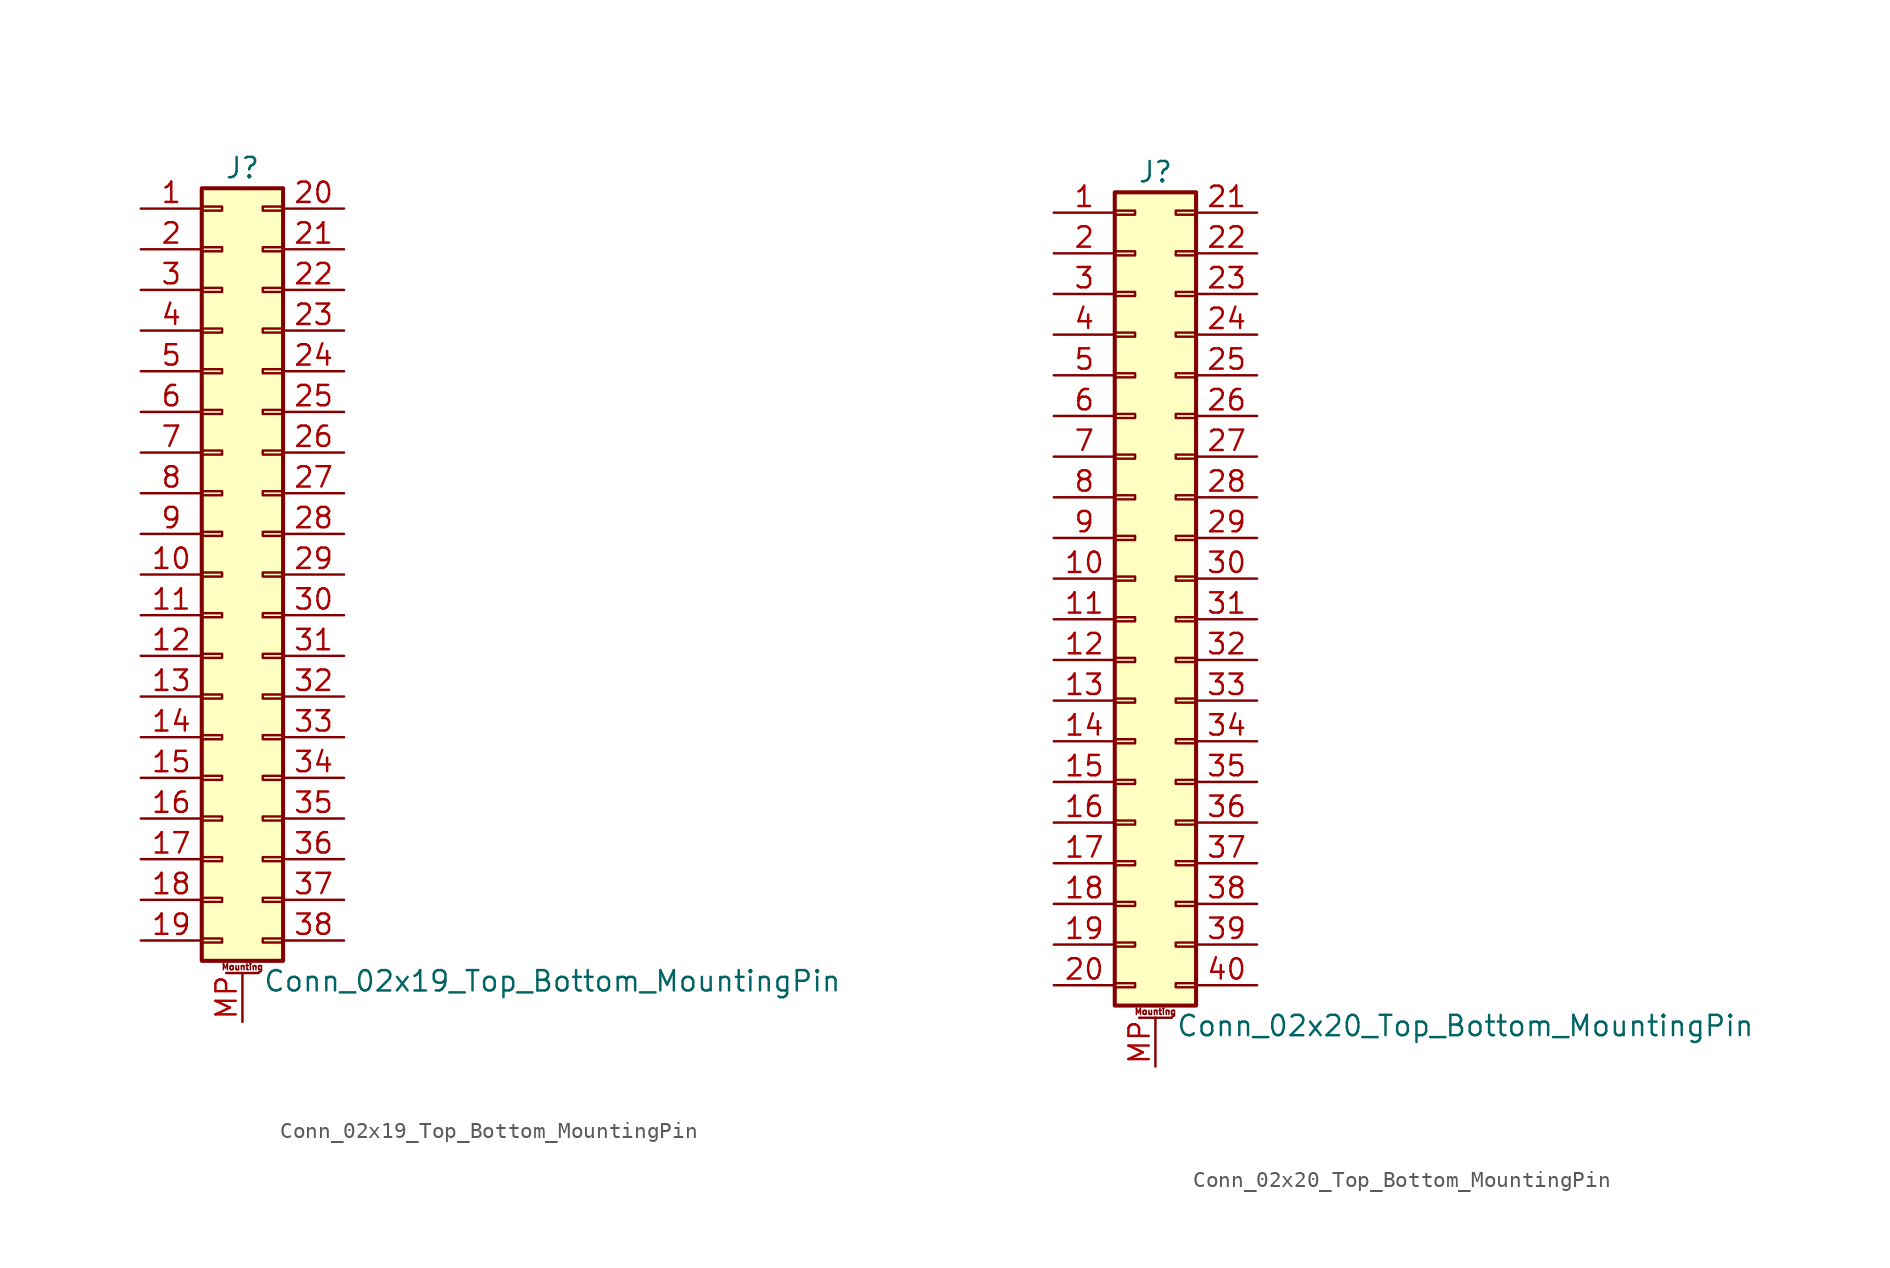
<source format=kicad_sym>
(kicad_symbol_lib
  (version 20220914)
  (generator kicad_symbol_editor)
  (symbol "Conn_02x19_Top_Bottom_MountingPin"
    (pin_names
      (offset 1.016) hide)
    (property "Reference" "J"
      (at 1.27 25.4 0)
      (effects (font (size 1.27 1.27))))
    (property "Value" "Conn_02x19_Top_Bottom_MountingPin"
      (at 2.54 -25.4 0)
      (effects (font (size 1.27 1.27)) (justify left)))
    (symbol "Conn_02x19_Top_Bottom_MountingPin_1_1"
      (rectangle (start -1.27 -22.733) (end 0 -22.987) (stroke (width 0.152) (type default)) (fill (type none)))
      (rectangle (start -1.27 -20.193) (end 0 -20.447) (stroke (width 0.152) (type default)) (fill (type none)))
      (rectangle (start -1.27 -17.653) (end 0 -17.907) (stroke (width 0.152) (type default)) (fill (type none)))
      (rectangle (start -1.27 -15.113) (end 0 -15.367) (stroke (width 0.152) (type default)) (fill (type none)))
      (rectangle (start -1.27 -12.573) (end 0 -12.827) (stroke (width 0.152) (type default)) (fill (type none)))
      (rectangle (start -1.27 -10.033) (end 0 -10.287) (stroke (width 0.152) (type default)) (fill (type none)))
      (rectangle (start -1.27 -7.493) (end 0 -7.747) (stroke (width 0.152) (type default)) (fill (type none)))
      (rectangle (start -1.27 -4.953) (end 0 -5.207) (stroke (width 0.152) (type default)) (fill (type none)))
      (rectangle (start -1.27 -2.413) (end 0 -2.667) (stroke (width 0.152) (type default)) (fill (type none)))
      (rectangle (start -1.27 0.127) (end 0 -0.127) (stroke (width 0.152) (type default)) (fill (type none)))
      (rectangle (start -1.27 2.667) (end 0 2.413) (stroke (width 0.152) (type default)) (fill (type none)))
      (rectangle (start -1.27 5.207) (end 0 4.953) (stroke (width 0.152) (type default)) (fill (type none)))
      (rectangle (start -1.27 7.747) (end 0 7.493) (stroke (width 0.152) (type default)) (fill (type none)))
      (rectangle (start -1.27 10.287) (end 0 10.033) (stroke (width 0.152) (type default)) (fill (type none)))
      (rectangle (start -1.27 12.827) (end 0 12.573) (stroke (width 0.152) (type default)) (fill (type none)))
      (rectangle (start -1.27 15.367) (end 0 15.113) (stroke (width 0.152) (type default)) (fill (type none)))
      (rectangle (start -1.27 17.907) (end 0 17.653) (stroke (width 0.152) (type default)) (fill (type none)))
      (rectangle (start -1.27 20.447) (end 0 20.193) (stroke (width 0.152) (type default)) (fill (type none)))
      (rectangle (start -1.27 22.987) (end 0 22.733) (stroke (width 0.152) (type default)) (fill (type none)))
      (rectangle (start -1.27 24.13) (end 3.81 -24.13) (stroke (width 0.254) (type default)) (fill (type background)))
      (polyline (pts (xy 0.254 -24.892) (xy 2.286 -24.892)) (stroke (width 0.152) (type default)) (fill (type none)))
      (rectangle (start 3.81 -22.733) (end 2.54 -22.987) (stroke (width 0.152) (type default)) (fill (type none)))
      (rectangle (start 3.81 -20.193) (end 2.54 -20.447) (stroke (width 0.152) (type default)) (fill (type none)))
      (rectangle (start 3.81 -17.653) (end 2.54 -17.907) (stroke (width 0.152) (type default)) (fill (type none)))
      (rectangle (start 3.81 -15.113) (end 2.54 -15.367) (stroke (width 0.152) (type default)) (fill (type none)))
      (rectangle (start 3.81 -12.573) (end 2.54 -12.827) (stroke (width 0.152) (type default)) (fill (type none)))
      (rectangle (start 3.81 -10.033) (end 2.54 -10.287) (stroke (width 0.152) (type default)) (fill (type none)))
      (rectangle (start 3.81 -7.493) (end 2.54 -7.747) (stroke (width 0.152) (type default)) (fill (type none)))
      (rectangle (start 3.81 -4.953) (end 2.54 -5.207) (stroke (width 0.152) (type default)) (fill (type none)))
      (rectangle (start 3.81 -2.413) (end 2.54 -2.667) (stroke (width 0.152) (type default)) (fill (type none)))
      (rectangle (start 3.81 0.127) (end 2.54 -0.127) (stroke (width 0.152) (type default)) (fill (type none)))
      (rectangle (start 3.81 2.667) (end 2.54 2.413) (stroke (width 0.152) (type default)) (fill (type none)))
      (rectangle (start 3.81 5.207) (end 2.54 4.953) (stroke (width 0.152) (type default)) (fill (type none)))
      (rectangle (start 3.81 7.747) (end 2.54 7.493) (stroke (width 0.152) (type default)) (fill (type none)))
      (rectangle (start 3.81 10.287) (end 2.54 10.033) (stroke (width 0.152) (type default)) (fill (type none)))
      (rectangle (start 3.81 12.827) (end 2.54 12.573) (stroke (width 0.152) (type default)) (fill (type none)))
      (rectangle (start 3.81 15.367) (end 2.54 15.113) (stroke (width 0.152) (type default)) (fill (type none)))
      (rectangle (start 3.81 17.907) (end 2.54 17.653) (stroke (width 0.152) (type default)) (fill (type none)))
      (rectangle (start 3.81 20.447) (end 2.54 20.193) (stroke (width 0.152) (type default)) (fill (type none)))
      (rectangle (start 3.81 22.987) (end 2.54 22.733) (stroke (width 0.152) (type default)) (fill (type none)))
      (text "Mounting" (at 1.27 -24.511 0) (effects (font (size 0.381 0.381))))
      (pin passive line (at -5.08 22.86 0) (length 3.81) (name "Pin_1" (effects (font (size 1.27 1.27)))) (number "1" (effects (font (size 1.27 1.27)))))
      (pin passive line (at -5.08 0 0) (length 3.81) (name "Pin_10" (effects (font (size 1.27 1.27)))) (number "10" (effects (font (size 1.27 1.27)))))
      (pin passive line (at -5.08 -2.54 0) (length 3.81) (name "Pin_11" (effects (font (size 1.27 1.27)))) (number "11" (effects (font (size 1.27 1.27)))))
      (pin passive line (at -5.08 -5.08 0) (length 3.81) (name "Pin_12" (effects (font (size 1.27 1.27)))) (number "12" (effects (font (size 1.27 1.27)))))
      (pin passive line (at -5.08 -7.62 0) (length 3.81) (name "Pin_13" (effects (font (size 1.27 1.27)))) (number "13" (effects (font (size 1.27 1.27)))))
      (pin passive line (at -5.08 -10.16 0) (length 3.81) (name "Pin_14" (effects (font (size 1.27 1.27)))) (number "14" (effects (font (size 1.27 1.27)))))
      (pin passive line (at -5.08 -12.7 0) (length 3.81) (name "Pin_15" (effects (font (size 1.27 1.27)))) (number "15" (effects (font (size 1.27 1.27)))))
      (pin passive line (at -5.08 -15.24 0) (length 3.81) (name "Pin_16" (effects (font (size 1.27 1.27)))) (number "16" (effects (font (size 1.27 1.27)))))
      (pin passive line (at -5.08 -17.78 0) (length 3.81) (name "Pin_17" (effects (font (size 1.27 1.27)))) (number "17" (effects (font (size 1.27 1.27)))))
      (pin passive line (at -5.08 -20.32 0) (length 3.81) (name "Pin_18" (effects (font (size 1.27 1.27)))) (number "18" (effects (font (size 1.27 1.27)))))
      (pin passive line (at -5.08 -22.86 0) (length 3.81) (name "Pin_19" (effects (font (size 1.27 1.27)))) (number "19" (effects (font (size 1.27 1.27)))))
      (pin passive line (at -5.08 20.32 0) (length 3.81) (name "Pin_2" (effects (font (size 1.27 1.27)))) (number "2" (effects (font (size 1.27 1.27)))))
      (pin passive line (at 7.62 22.86 180) (length 3.81) (name "Pin_20" (effects (font (size 1.27 1.27)))) (number "20" (effects (font (size 1.27 1.27)))))
      (pin passive line (at 7.62 20.32 180) (length 3.81) (name "Pin_21" (effects (font (size 1.27 1.27)))) (number "21" (effects (font (size 1.27 1.27)))))
      (pin passive line (at 7.62 17.78 180) (length 3.81) (name "Pin_22" (effects (font (size 1.27 1.27)))) (number "22" (effects (font (size 1.27 1.27)))))
      (pin passive line (at 7.62 15.24 180) (length 3.81) (name "Pin_23" (effects (font (size 1.27 1.27)))) (number "23" (effects (font (size 1.27 1.27)))))
      (pin passive line (at 7.62 12.7 180) (length 3.81) (name "Pin_24" (effects (font (size 1.27 1.27)))) (number "24" (effects (font (size 1.27 1.27)))))
      (pin passive line (at 7.62 10.16 180) (length 3.81) (name "Pin_25" (effects (font (size 1.27 1.27)))) (number "25" (effects (font (size 1.27 1.27)))))
      (pin passive line (at 7.62 7.62 180) (length 3.81) (name "Pin_26" (effects (font (size 1.27 1.27)))) (number "26" (effects (font (size 1.27 1.27)))))
      (pin passive line (at 7.62 5.08 180) (length 3.81) (name "Pin_27" (effects (font (size 1.27 1.27)))) (number "27" (effects (font (size 1.27 1.27)))))
      (pin passive line (at 7.62 2.54 180) (length 3.81) (name "Pin_28" (effects (font (size 1.27 1.27)))) (number "28" (effects (font (size 1.27 1.27)))))
      (pin passive line (at 7.62 0 180) (length 3.81) (name "Pin_29" (effects (font (size 1.27 1.27)))) (number "29" (effects (font (size 1.27 1.27)))))
      (pin passive line (at -5.08 17.78 0) (length 3.81) (name "Pin_3" (effects (font (size 1.27 1.27)))) (number "3" (effects (font (size 1.27 1.27)))))
      (pin passive line (at 7.62 -2.54 180) (length 3.81) (name "Pin_30" (effects (font (size 1.27 1.27)))) (number "30" (effects (font (size 1.27 1.27)))))
      (pin passive line (at 7.62 -5.08 180) (length 3.81) (name "Pin_31" (effects (font (size 1.27 1.27)))) (number "31" (effects (font (size 1.27 1.27)))))
      (pin passive line (at 7.62 -7.62 180) (length 3.81) (name "Pin_32" (effects (font (size 1.27 1.27)))) (number "32" (effects (font (size 1.27 1.27)))))
      (pin passive line (at 7.62 -10.16 180) (length 3.81) (name "Pin_33" (effects (font (size 1.27 1.27)))) (number "33" (effects (font (size 1.27 1.27)))))
      (pin passive line (at 7.62 -12.7 180) (length 3.81) (name "Pin_34" (effects (font (size 1.27 1.27)))) (number "34" (effects (font (size 1.27 1.27)))))
      (pin passive line (at 7.62 -15.24 180) (length 3.81) (name "Pin_35" (effects (font (size 1.27 1.27)))) (number "35" (effects (font (size 1.27 1.27)))))
      (pin passive line (at 7.62 -17.78 180) (length 3.81) (name "Pin_36" (effects (font (size 1.27 1.27)))) (number "36" (effects (font (size 1.27 1.27)))))
      (pin passive line (at 7.62 -20.32 180) (length 3.81) (name "Pin_37" (effects (font (size 1.27 1.27)))) (number "37" (effects (font (size 1.27 1.27)))))
      (pin passive line (at 7.62 -22.86 180) (length 3.81) (name "Pin_38" (effects (font (size 1.27 1.27)))) (number "38" (effects (font (size 1.27 1.27)))))
      (pin passive line (at -5.08 15.24 0) (length 3.81) (name "Pin_4" (effects (font (size 1.27 1.27)))) (number "4" (effects (font (size 1.27 1.27)))))
      (pin passive line (at -5.08 12.7 0) (length 3.81) (name "Pin_5" (effects (font (size 1.27 1.27)))) (number "5" (effects (font (size 1.27 1.27)))))
      (pin passive line (at -5.08 10.16 0) (length 3.81) (name "Pin_6" (effects (font (size 1.27 1.27)))) (number "6" (effects (font (size 1.27 1.27)))))
      (pin passive line (at -5.08 7.62 0) (length 3.81) (name "Pin_7" (effects (font (size 1.27 1.27)))) (number "7" (effects (font (size 1.27 1.27)))))
      (pin passive line (at -5.08 5.08 0) (length 3.81) (name "Pin_8" (effects (font (size 1.27 1.27)))) (number "8" (effects (font (size 1.27 1.27)))))
      (pin passive line (at -5.08 2.54 0) (length 3.81) (name "Pin_9" (effects (font (size 1.27 1.27)))) (number "9" (effects (font (size 1.27 1.27)))))
      (pin passive line (at 1.27 -27.94 90) (length 3.048) (name "MountPin" (effects (font (size 1.27 1.27)))) (number "MP" (effects (font (size 1.27 1.27)))))))
  (symbol "Conn_02x20_Top_Bottom_MountingPin"
    (pin_names
      (offset 1.016) hide)
    (property "Reference" "J"
      (at 1.27 25.4 0)
      (effects (font (size 1.27 1.27))))
    (property "Value" "Conn_02x20_Top_Bottom_MountingPin"
      (at 2.54 -27.94 0)
      (effects (font (size 1.27 1.27)) (justify left)))
    (symbol "Conn_02x20_Top_Bottom_MountingPin_1_1"
      (rectangle (start -1.27 -25.273) (end 0 -25.527) (stroke (width 0.152) (type default)) (fill (type none)))
      (rectangle (start -1.27 -22.733) (end 0 -22.987) (stroke (width 0.152) (type default)) (fill (type none)))
      (rectangle (start -1.27 -20.193) (end 0 -20.447) (stroke (width 0.152) (type default)) (fill (type none)))
      (rectangle (start -1.27 -17.653) (end 0 -17.907) (stroke (width 0.152) (type default)) (fill (type none)))
      (rectangle (start -1.27 -15.113) (end 0 -15.367) (stroke (width 0.152) (type default)) (fill (type none)))
      (rectangle (start -1.27 -12.573) (end 0 -12.827) (stroke (width 0.152) (type default)) (fill (type none)))
      (rectangle (start -1.27 -10.033) (end 0 -10.287) (stroke (width 0.152) (type default)) (fill (type none)))
      (rectangle (start -1.27 -7.493) (end 0 -7.747) (stroke (width 0.152) (type default)) (fill (type none)))
      (rectangle (start -1.27 -4.953) (end 0 -5.207) (stroke (width 0.152) (type default)) (fill (type none)))
      (rectangle (start -1.27 -2.413) (end 0 -2.667) (stroke (width 0.152) (type default)) (fill (type none)))
      (rectangle (start -1.27 0.127) (end 0 -0.127) (stroke (width 0.152) (type default)) (fill (type none)))
      (rectangle (start -1.27 2.667) (end 0 2.413) (stroke (width 0.152) (type default)) (fill (type none)))
      (rectangle (start -1.27 5.207) (end 0 4.953) (stroke (width 0.152) (type default)) (fill (type none)))
      (rectangle (start -1.27 7.747) (end 0 7.493) (stroke (width 0.152) (type default)) (fill (type none)))
      (rectangle (start -1.27 10.287) (end 0 10.033) (stroke (width 0.152) (type default)) (fill (type none)))
      (rectangle (start -1.27 12.827) (end 0 12.573) (stroke (width 0.152) (type default)) (fill (type none)))
      (rectangle (start -1.27 15.367) (end 0 15.113) (stroke (width 0.152) (type default)) (fill (type none)))
      (rectangle (start -1.27 17.907) (end 0 17.653) (stroke (width 0.152) (type default)) (fill (type none)))
      (rectangle (start -1.27 20.447) (end 0 20.193) (stroke (width 0.152) (type default)) (fill (type none)))
      (rectangle (start -1.27 22.987) (end 0 22.733) (stroke (width 0.152) (type default)) (fill (type none)))
      (rectangle (start -1.27 24.13) (end 3.81 -26.67) (stroke (width 0.254) (type default)) (fill (type background)))
      (polyline (pts (xy 0.254 -27.432) (xy 2.286 -27.432)) (stroke (width 0.152) (type default)) (fill (type none)))
      (rectangle (start 3.81 -25.273) (end 2.54 -25.527) (stroke (width 0.152) (type default)) (fill (type none)))
      (rectangle (start 3.81 -22.733) (end 2.54 -22.987) (stroke (width 0.152) (type default)) (fill (type none)))
      (rectangle (start 3.81 -20.193) (end 2.54 -20.447) (stroke (width 0.152) (type default)) (fill (type none)))
      (rectangle (start 3.81 -17.653) (end 2.54 -17.907) (stroke (width 0.152) (type default)) (fill (type none)))
      (rectangle (start 3.81 -15.113) (end 2.54 -15.367) (stroke (width 0.152) (type default)) (fill (type none)))
      (rectangle (start 3.81 -12.573) (end 2.54 -12.827) (stroke (width 0.152) (type default)) (fill (type none)))
      (rectangle (start 3.81 -10.033) (end 2.54 -10.287) (stroke (width 0.152) (type default)) (fill (type none)))
      (rectangle (start 3.81 -7.493) (end 2.54 -7.747) (stroke (width 0.152) (type default)) (fill (type none)))
      (rectangle (start 3.81 -4.953) (end 2.54 -5.207) (stroke (width 0.152) (type default)) (fill (type none)))
      (rectangle (start 3.81 -2.413) (end 2.54 -2.667) (stroke (width 0.152) (type default)) (fill (type none)))
      (rectangle (start 3.81 0.127) (end 2.54 -0.127) (stroke (width 0.152) (type default)) (fill (type none)))
      (rectangle (start 3.81 2.667) (end 2.54 2.413) (stroke (width 0.152) (type default)) (fill (type none)))
      (rectangle (start 3.81 5.207) (end 2.54 4.953) (stroke (width 0.152) (type default)) (fill (type none)))
      (rectangle (start 3.81 7.747) (end 2.54 7.493) (stroke (width 0.152) (type default)) (fill (type none)))
      (rectangle (start 3.81 10.287) (end 2.54 10.033) (stroke (width 0.152) (type default)) (fill (type none)))
      (rectangle (start 3.81 12.827) (end 2.54 12.573) (stroke (width 0.152) (type default)) (fill (type none)))
      (rectangle (start 3.81 15.367) (end 2.54 15.113) (stroke (width 0.152) (type default)) (fill (type none)))
      (rectangle (start 3.81 17.907) (end 2.54 17.653) (stroke (width 0.152) (type default)) (fill (type none)))
      (rectangle (start 3.81 20.447) (end 2.54 20.193) (stroke (width 0.152) (type default)) (fill (type none)))
      (rectangle (start 3.81 22.987) (end 2.54 22.733) (stroke (width 0.152) (type default)) (fill (type none)))
      (text "Mounting" (at 1.27 -27.051 0) (effects (font (size 0.381 0.381))))
      (pin passive line (at -5.08 22.86 0) (length 3.81) (name "Pin_1" (effects (font (size 1.27 1.27)))) (number "1" (effects (font (size 1.27 1.27)))))
      (pin passive line (at -5.08 0 0) (length 3.81) (name "Pin_10" (effects (font (size 1.27 1.27)))) (number "10" (effects (font (size 1.27 1.27)))))
      (pin passive line (at -5.08 -2.54 0) (length 3.81) (name "Pin_11" (effects (font (size 1.27 1.27)))) (number "11" (effects (font (size 1.27 1.27)))))
      (pin passive line (at -5.08 -5.08 0) (length 3.81) (name "Pin_12" (effects (font (size 1.27 1.27)))) (number "12" (effects (font (size 1.27 1.27)))))
      (pin passive line (at -5.08 -7.62 0) (length 3.81) (name "Pin_13" (effects (font (size 1.27 1.27)))) (number "13" (effects (font (size 1.27 1.27)))))
      (pin passive line (at -5.08 -10.16 0) (length 3.81) (name "Pin_14" (effects (font (size 1.27 1.27)))) (number "14" (effects (font (size 1.27 1.27)))))
      (pin passive line (at -5.08 -12.7 0) (length 3.81) (name "Pin_15" (effects (font (size 1.27 1.27)))) (number "15" (effects (font (size 1.27 1.27)))))
      (pin passive line (at -5.08 -15.24 0) (length 3.81) (name "Pin_16" (effects (font (size 1.27 1.27)))) (number "16" (effects (font (size 1.27 1.27)))))
      (pin passive line (at -5.08 -17.78 0) (length 3.81) (name "Pin_17" (effects (font (size 1.27 1.27)))) (number "17" (effects (font (size 1.27 1.27)))))
      (pin passive line (at -5.08 -20.32 0) (length 3.81) (name "Pin_18" (effects (font (size 1.27 1.27)))) (number "18" (effects (font (size 1.27 1.27)))))
      (pin passive line (at -5.08 -22.86 0) (length 3.81) (name "Pin_19" (effects (font (size 1.27 1.27)))) (number "19" (effects (font (size 1.27 1.27)))))
      (pin passive line (at -5.08 20.32 0) (length 3.81) (name "Pin_2" (effects (font (size 1.27 1.27)))) (number "2" (effects (font (size 1.27 1.27)))))
      (pin passive line (at -5.08 -25.4 0) (length 3.81) (name "Pin_20" (effects (font (size 1.27 1.27)))) (number "20" (effects (font (size 1.27 1.27)))))
      (pin passive line (at 7.62 22.86 180) (length 3.81) (name "Pin_21" (effects (font (size 1.27 1.27)))) (number "21" (effects (font (size 1.27 1.27)))))
      (pin passive line (at 7.62 20.32 180) (length 3.81) (name "Pin_22" (effects (font (size 1.27 1.27)))) (number "22" (effects (font (size 1.27 1.27)))))
      (pin passive line (at 7.62 17.78 180) (length 3.81) (name "Pin_23" (effects (font (size 1.27 1.27)))) (number "23" (effects (font (size 1.27 1.27)))))
      (pin passive line (at 7.62 15.24 180) (length 3.81) (name "Pin_24" (effects (font (size 1.27 1.27)))) (number "24" (effects (font (size 1.27 1.27)))))
      (pin passive line (at 7.62 12.7 180) (length 3.81) (name "Pin_25" (effects (font (size 1.27 1.27)))) (number "25" (effects (font (size 1.27 1.27)))))
      (pin passive line (at 7.62 10.16 180) (length 3.81) (name "Pin_26" (effects (font (size 1.27 1.27)))) (number "26" (effects (font (size 1.27 1.27)))))
      (pin passive line (at 7.62 7.62 180) (length 3.81) (name "Pin_27" (effects (font (size 1.27 1.27)))) (number "27" (effects (font (size 1.27 1.27)))))
      (pin passive line (at 7.62 5.08 180) (length 3.81) (name "Pin_28" (effects (font (size 1.27 1.27)))) (number "28" (effects (font (size 1.27 1.27)))))
      (pin passive line (at 7.62 2.54 180) (length 3.81) (name "Pin_29" (effects (font (size 1.27 1.27)))) (number "29" (effects (font (size 1.27 1.27)))))
      (pin passive line (at -5.08 17.78 0) (length 3.81) (name "Pin_3" (effects (font (size 1.27 1.27)))) (number "3" (effects (font (size 1.27 1.27)))))
      (pin passive line (at 7.62 0 180) (length 3.81) (name "Pin_30" (effects (font (size 1.27 1.27)))) (number "30" (effects (font (size 1.27 1.27)))))
      (pin passive line (at 7.62 -2.54 180) (length 3.81) (name "Pin_31" (effects (font (size 1.27 1.27)))) (number "31" (effects (font (size 1.27 1.27)))))
      (pin passive line (at 7.62 -5.08 180) (length 3.81) (name "Pin_32" (effects (font (size 1.27 1.27)))) (number "32" (effects (font (size 1.27 1.27)))))
      (pin passive line (at 7.62 -7.62 180) (length 3.81) (name "Pin_33" (effects (font (size 1.27 1.27)))) (number "33" (effects (font (size 1.27 1.27)))))
      (pin passive line (at 7.62 -10.16 180) (length 3.81) (name "Pin_34" (effects (font (size 1.27 1.27)))) (number "34" (effects (font (size 1.27 1.27)))))
      (pin passive line (at 7.62 -12.7 180) (length 3.81) (name "Pin_35" (effects (font (size 1.27 1.27)))) (number "35" (effects (font (size 1.27 1.27)))))
      (pin passive line (at 7.62 -15.24 180) (length 3.81) (name "Pin_36" (effects (font (size 1.27 1.27)))) (number "36" (effects (font (size 1.27 1.27)))))
      (pin passive line (at 7.62 -17.78 180) (length 3.81) (name "Pin_37" (effects (font (size 1.27 1.27)))) (number "37" (effects (font (size 1.27 1.27)))))
      (pin passive line (at 7.62 -20.32 180) (length 3.81) (name "Pin_38" (effects (font (size 1.27 1.27)))) (number "38" (effects (font (size 1.27 1.27)))))
      (pin passive line (at 7.62 -22.86 180) (length 3.81) (name "Pin_39" (effects (font (size 1.27 1.27)))) (number "39" (effects (font (size 1.27 1.27)))))
      (pin passive line (at -5.08 15.24 0) (length 3.81) (name "Pin_4" (effects (font (size 1.27 1.27)))) (number "4" (effects (font (size 1.27 1.27)))))
      (pin passive line (at 7.62 -25.4 180) (length 3.81) (name "Pin_40" (effects (font (size 1.27 1.27)))) (number "40" (effects (font (size 1.27 1.27)))))
      (pin passive line (at -5.08 12.7 0) (length 3.81) (name "Pin_5" (effects (font (size 1.27 1.27)))) (number "5" (effects (font (size 1.27 1.27)))))
      (pin passive line (at -5.08 10.16 0) (length 3.81) (name "Pin_6" (effects (font (size 1.27 1.27)))) (number "6" (effects (font (size 1.27 1.27)))))
      (pin passive line (at -5.08 7.62 0) (length 3.81) (name "Pin_7" (effects (font (size 1.27 1.27)))) (number "7" (effects (font (size 1.27 1.27)))))
      (pin passive line (at -5.08 5.08 0) (length 3.81) (name "Pin_8" (effects (font (size 1.27 1.27)))) (number "8" (effects (font (size 1.27 1.27)))))
      (pin passive line (at -5.08 2.54 0) (length 3.81) (name "Pin_9" (effects (font (size 1.27 1.27)))) (number "9" (effects (font (size 1.27 1.27)))))
      (pin passive line (at 1.27 -30.48 90) (length 3.048) (name "MountPin" (effects (font (size 1.27 1.27)))) (number "MP" (effects (font (size 1.27 1.27))))))))
</source>
